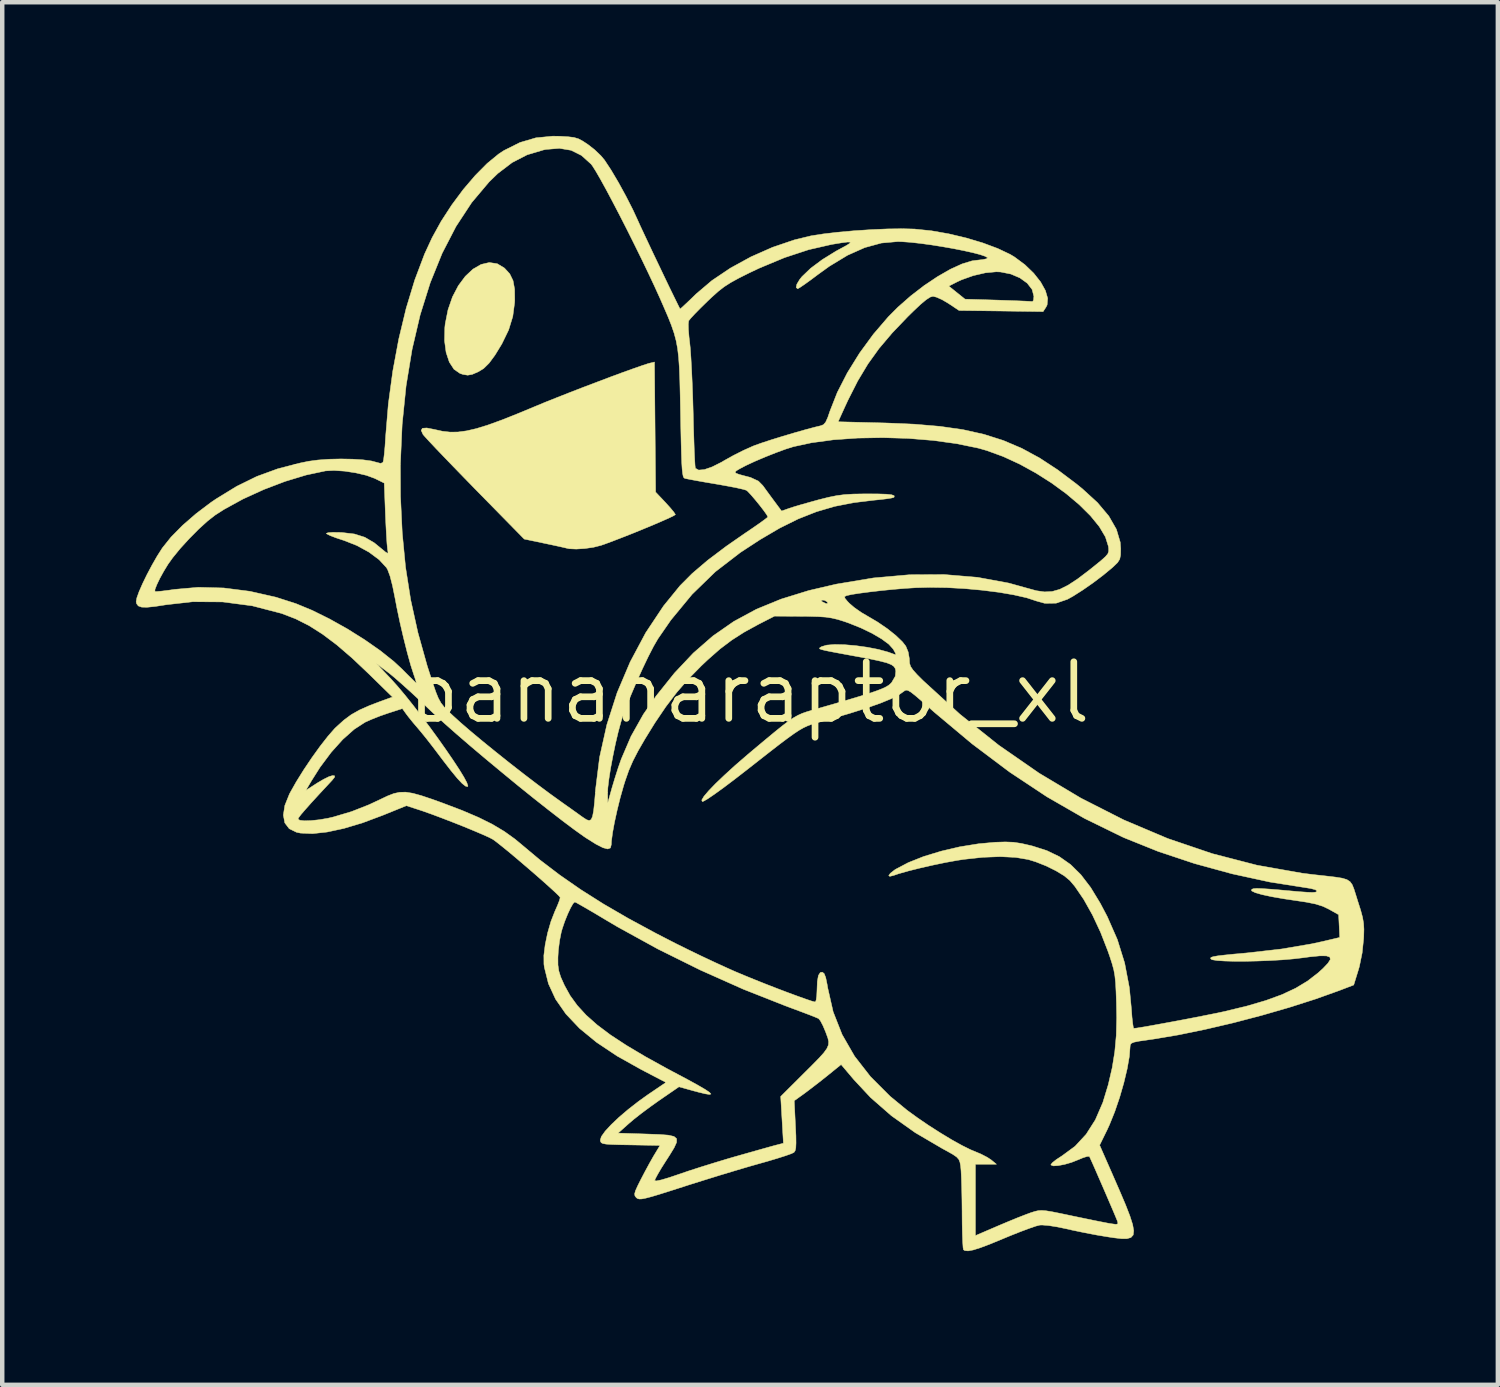
<source format=kicad_pcb>
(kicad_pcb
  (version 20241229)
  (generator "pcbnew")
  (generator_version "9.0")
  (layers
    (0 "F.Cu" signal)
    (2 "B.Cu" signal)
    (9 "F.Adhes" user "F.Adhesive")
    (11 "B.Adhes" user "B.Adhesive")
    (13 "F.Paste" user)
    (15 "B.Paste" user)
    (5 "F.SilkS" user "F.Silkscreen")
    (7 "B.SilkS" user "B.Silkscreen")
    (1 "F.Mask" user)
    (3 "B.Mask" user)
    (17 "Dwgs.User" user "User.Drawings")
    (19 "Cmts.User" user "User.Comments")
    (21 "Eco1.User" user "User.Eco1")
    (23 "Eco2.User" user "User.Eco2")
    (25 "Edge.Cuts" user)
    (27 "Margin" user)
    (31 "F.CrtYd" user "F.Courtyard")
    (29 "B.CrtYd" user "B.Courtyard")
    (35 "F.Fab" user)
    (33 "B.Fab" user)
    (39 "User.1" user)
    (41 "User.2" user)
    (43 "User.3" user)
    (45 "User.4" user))
  (footprint "bananaraptor_xl"
    (layer "F.Cu")
    (at 13.755 12.488)
    (property "Reference" "bananaraptor_xl" (at 0 0 0) (layer "F.SilkS") (effects (font (size 1.27 1.27) (thickness 0.15))))
    (attr through_hole)
    (fp_poly (pts (xy -5.648 -9.621) (xy -5.486 -9.523) (xy -5.368 -9.394) (xy -5.294 -9.242) (xy -5.259 -9.051) (xy -5.256 -8.8) (xy -5.259 -8.747) (xy -5.3 -8.437) (xy -5.393 -8.135) (xy -5.545 -7.822) (xy -5.699 -7.57) (xy -5.832 -7.39) (xy -5.954 -7.27) (xy -6.068 -7.2) (xy -6.207 -7.139) (xy -6.311 -7.12) (xy -6.416 -7.137) (xy -6.485 -7.16) (xy -6.619 -7.253) (xy -6.724 -7.414) (xy -6.796 -7.631) (xy -6.831 -7.893) (xy -6.825 -8.187) (xy -6.816 -8.271) (xy -6.753 -8.588) (xy -6.653 -8.877) (xy -6.521 -9.129) (xy -6.365 -9.339) (xy -6.193 -9.5) (xy -6.011 -9.605) (xy -5.827 -9.648) (xy -5.648 -9.621)) (stroke (width 0.01) (type solid)) (fill yes) (layer "F.SilkS"))
    (fp_poly (pts (xy -2.095 -4.497) (xy -1.873 -4.262) (xy -1.767 -4.145) (xy -1.689 -4.051) (xy -1.653 -3.997) (xy -1.652 -3.992) (xy -1.689 -3.967) (xy -1.792 -3.917) (xy -1.948 -3.848) (xy -2.142 -3.764) (xy -2.362 -3.673) (xy -2.594 -3.578) (xy -2.825 -3.487) (xy -3.042 -3.403) (xy -3.23 -3.333) (xy -3.319 -3.302) (xy -3.488 -3.259) (xy -3.683 -3.231) (xy -3.875 -3.219) (xy -4.031 -3.226) (xy -4.085 -3.237) (xy -4.142 -3.251) (xy -4.262 -3.278) (xy -4.428 -3.314) (xy -4.585 -3.347) (xy -5.043 -3.443) (xy -6.147 -4.568) (xy -6.399 -4.827) (xy -6.635 -5.07) (xy -6.847 -5.29) (xy -7.028 -5.479) (xy -7.171 -5.631) (xy -7.268 -5.737) (xy -7.314 -5.79) (xy -7.314 -5.791) (xy -7.355 -5.881) (xy -7.328 -5.929) (xy -7.23 -5.936) (xy -7.061 -5.903) (xy -7.048 -5.9) (xy -6.876 -5.862) (xy -6.706 -5.843) (xy -6.53 -5.845) (xy -6.336 -5.871) (xy -6.116 -5.922) (xy -5.858 -6.002) (xy -5.554 -6.112) (xy -5.194 -6.255) (xy -4.784 -6.425) (xy -4.565 -6.516) (xy -4.304 -6.62) (xy -4.015 -6.734) (xy -3.71 -6.852) (xy -3.401 -6.969) (xy -3.103 -7.082) (xy -2.827 -7.184) (xy -2.587 -7.27) (xy -2.395 -7.337) (xy -2.264 -7.38) (xy -2.234 -7.388) (xy -2.121 -7.416) (xy -2.095 -4.497)) (stroke (width 0.01) (type solid)) (fill yes) (layer "F.SilkS"))
    (fp_poly (pts (xy -4.247 -12.481) (xy -4.059 -12.47) (xy -3.928 -12.454) (xy -3.827 -12.424) (xy -3.729 -12.372) (xy -3.614 -12.296) (xy -3.464 -12.179) (xy -3.324 -12.045) (xy -3.241 -11.946) (xy -3.093 -11.721) (xy -2.929 -11.444) (xy -2.762 -11.139) (xy -2.607 -10.835) (xy -2.494 -10.591) (xy -2.441 -10.473) (xy -2.36 -10.3) (xy -2.259 -10.085) (xy -2.145 -9.843) (xy -2.023 -9.588) (xy -1.902 -9.334) (xy -1.788 -9.096) (xy -1.687 -8.889) (xy -1.607 -8.726) (xy -1.555 -8.621) (xy -1.547 -8.606) (xy -1.516 -8.63) (xy -1.438 -8.702) (xy -1.322 -8.811) (xy -1.184 -8.945) (xy -0.833 -9.243) (xy -0.417 -9.523) (xy 0.043 -9.775) (xy 0.527 -9.989) (xy 1.015 -10.155) (xy 1.388 -10.246) (xy 1.661 -10.289) (xy 1.993 -10.328) (xy 2.362 -10.361) (xy 2.743 -10.386) (xy 3.113 -10.402) (xy 3.447 -10.406) (xy 3.722 -10.399) (xy 3.725 -10.398) (xy 4.093 -10.36) (xy 4.482 -10.292) (xy 4.873 -10.199) (xy 5.245 -10.088) (xy 5.58 -9.963) (xy 5.859 -9.831) (xy 5.957 -9.772) (xy 6.19 -9.599) (xy 6.387 -9.409) (xy 6.543 -9.212) (xy 6.65 -9.02) (xy 6.701 -8.845) (xy 6.689 -8.697) (xy 6.664 -8.647) (xy 6.599 -8.547) (xy 5.656 -8.56) (xy 4.713 -8.572) (xy 4.474 -8.731) (xy 4.335 -8.813) (xy 4.208 -8.87) (xy 4.128 -8.89) (xy 4.065 -8.872) (xy 3.974 -8.813) (xy 3.848 -8.708) (xy 3.679 -8.548) (xy 3.564 -8.435) (xy 3.213 -8.068) (xy 2.919 -7.721) (xy 2.667 -7.37) (xy 2.44 -6.992) (xy 2.223 -6.564) (xy 2.153 -6.414) (xy 1.999 -6.075) (xy 3.063 -6.048) (xy 3.709 -6.021) (xy 4.285 -5.972) (xy 4.802 -5.898) (xy 5.272 -5.793) (xy 5.707 -5.655) (xy 6.12 -5.479) (xy 6.522 -5.261) (xy 6.925 -4.997) (xy 7.342 -4.683) (xy 7.481 -4.57) (xy 7.819 -4.261) (xy 8.073 -3.959) (xy 8.243 -3.663) (xy 8.329 -3.374) (xy 8.34 -3.229) (xy 8.337 -3.086) (xy 8.318 -2.992) (xy 8.27 -2.916) (xy 8.176 -2.825) (xy 8.139 -2.792) (xy 7.944 -2.631) (xy 7.718 -2.46) (xy 7.485 -2.298) (xy 7.271 -2.162) (xy 7.145 -2.092) (xy 6.892 -2.005) (xy 6.639 -2.001) (xy 6.448 -2.054) (xy 6.23 -2.126) (xy 5.943 -2.191) (xy 5.605 -2.249) (xy 5.23 -2.296) (xy 4.836 -2.332) (xy 4.438 -2.354) (xy 4.054 -2.36) (xy 3.747 -2.352) (xy 3.508 -2.337) (xy 3.244 -2.315) (xy 2.973 -2.288) (xy 2.714 -2.258) (xy 2.484 -2.228) (xy 2.303 -2.2) (xy 2.187 -2.174) (xy 2.187 -2.174) (xy 2.146 -2.153) (xy 2.152 -2.116) (xy 2.21 -2.045) (xy 2.25 -2.003) (xy 2.363 -1.906) (xy 2.517 -1.798) (xy 2.667 -1.71) (xy 2.886 -1.581) (xy 3.101 -1.434) (xy 3.292 -1.282) (xy 3.44 -1.14) (xy 3.518 -1.041) (xy 3.572 -0.909) (xy 3.598 -0.757) (xy 3.598 -0.74) (xy 3.603 -0.657) (xy 3.626 -0.584) (xy 3.679 -0.506) (xy 3.771 -0.403) (xy 3.905 -0.269) (xy 4.734 0.488) (xy 5.604 1.182) (xy 6.51 1.81) (xy 7.448 2.37) (xy 8.411 2.859) (xy 9.394 3.275) (xy 10.392 3.614) (xy 11.4 3.875) (xy 12.413 4.054) (xy 12.661 4.085) (xy 12.944 4.116) (xy 13.156 4.141) (xy 13.308 4.165) (xy 13.414 4.197) (xy 13.486 4.244) (xy 13.535 4.312) (xy 13.574 4.41) (xy 13.616 4.543) (xy 13.655 4.669) (xy 13.723 4.882) (xy 13.766 5.042) (xy 13.789 5.176) (xy 13.797 5.31) (xy 13.793 5.471) (xy 13.79 5.525) (xy 13.757 5.843) (xy 13.694 6.151) (xy 13.669 6.235) (xy 13.568 6.562) (xy 13.244 6.686) (xy 12.713 6.876) (xy 12.125 7.064) (xy 11.502 7.244) (xy 10.865 7.411) (xy 10.235 7.558) (xy 9.633 7.682) (xy 9.08 7.775) (xy 8.934 7.796) (xy 8.752 7.822) (xy 8.639 7.845) (xy 8.579 7.87) (xy 8.555 7.904) (xy 8.551 7.94) (xy 8.534 8.164) (xy 8.485 8.443) (xy 8.41 8.757) (xy 8.316 9.083) (xy 8.207 9.403) (xy 8.09 9.693) (xy 8.037 9.809) (xy 7.867 10.156) (xy 8.151 10.802) (xy 8.318 11.185) (xy 8.451 11.498) (xy 8.547 11.746) (xy 8.608 11.937) (xy 8.632 12.076) (xy 8.62 12.171) (xy 8.569 12.228) (xy 8.481 12.253) (xy 8.355 12.253) (xy 8.19 12.234) (xy 8.056 12.214) (xy 7.803 12.172) (xy 7.516 12.117) (xy 7.242 12.06) (xy 7.139 12.036) (xy 6.918 11.99) (xy 6.723 11.959) (xy 6.576 11.947) (xy 6.525 11.949) (xy 6.435 11.972) (xy 6.284 12.024) (xy 6.089 12.097) (xy 5.867 12.185) (xy 5.71 12.25) (xy 5.42 12.37) (xy 5.196 12.455) (xy 5.031 12.507) (xy 4.916 12.528) (xy 4.842 12.521) (xy 4.812 12.502) (xy 4.803 12.453) (xy 4.795 12.333) (xy 4.788 12.154) (xy 4.783 11.932) (xy 4.781 11.678) (xy 4.781 11.645) (xy 4.778 11.375) (xy 4.773 11.121) (xy 4.766 10.9) (xy 4.758 10.73) (xy 4.749 10.627) (xy 4.749 10.627) (xy 4.733 10.54) (xy 4.708 10.476) (xy 4.659 10.421) (xy 4.572 10.361) (xy 4.431 10.282) (xy 4.339 10.232) (xy 3.73 9.875) (xy 3.196 9.496) (xy 2.729 9.088) (xy 2.352 8.684) (xy 2.067 8.347) (xy 1.743 8.609) (xy 1.575 8.742) (xy 1.404 8.874) (xy 1.26 8.983) (xy 1.216 9.015) (xy 1.015 9.159) (xy 1.042 9.713) (xy 1.053 9.946) (xy 1.055 10.109) (xy 1.05 10.216) (xy 1.035 10.28) (xy 1.01 10.317) (xy 1.007 10.319) (xy 0.946 10.348) (xy 0.819 10.393) (xy 0.64 10.45) (xy 0.423 10.515) (xy 0.249 10.564) (xy -0.001 10.635) (xy -0.308 10.726) (xy -0.65 10.829) (xy -1.001 10.938) (xy -1.34 11.044) (xy -1.451 11.08) (xy -1.763 11.18) (xy -2.004 11.256) (xy -2.184 11.31) (xy -2.314 11.344) (xy -2.404 11.362) (xy -2.462 11.364) (xy -2.5 11.354) (xy -2.527 11.335) (xy -2.528 11.334) (xy -2.559 11.294) (xy -2.566 11.247) (xy -2.546 11.175) (xy -2.493 11.059) (xy -2.431 10.935) (xy -2.334 10.749) (xy -2.231 10.559) (xy -2.142 10.402) (xy -2.131 10.384) (xy -1.997 10.162) (xy -2.66 10.15) (xy -2.91 10.146) (xy -3.088 10.14) (xy -3.207 10.132) (xy -3.278 10.119) (xy -3.316 10.1) (xy -3.332 10.071) (xy -3.337 10.041) (xy -3.312 9.961) (xy -3.227 9.842) (xy -3.091 9.695) (xy -2.915 9.528) (xy -2.708 9.352) (xy -2.481 9.175) (xy -2.276 9.028) (xy -1.863 8.748) (xy -2.412 8.462) (xy -2.957 8.157) (xy -3.419 7.849) (xy -3.802 7.535) (xy -4.108 7.212) (xy -4.34 6.879) (xy -4.5 6.532) (xy -4.591 6.167) (xy -4.601 6.095) (xy -4.602 5.946) (xy -4.287 5.946) (xy -4.286 6.113) (xy -4.267 6.246) (xy -4.225 6.381) (xy -4.149 6.551) (xy -4.142 6.567) (xy -4.014 6.799) (xy -3.853 7.021) (xy -3.653 7.239) (xy -3.406 7.458) (xy -3.107 7.683) (xy -2.748 7.918) (xy -2.324 8.17) (xy -1.828 8.444) (xy -1.704 8.51) (xy -1.391 8.676) (xy -1.152 8.807) (xy -0.984 8.905) (xy -0.886 8.971) (xy -0.854 9.008) (xy -0.888 9.018) (xy -0.984 9.003) (xy -1.14 8.965) (xy -1.263 8.932) (xy -1.571 8.846) (xy -2.008 9.146) (xy -2.206 9.287) (xy -2.407 9.436) (xy -2.583 9.574) (xy -2.691 9.666) (xy -2.937 9.885) (xy -2.284 9.906) (xy -2.007 9.916) (xy -1.809 9.931) (xy -1.683 9.96) (xy -1.624 10.011) (xy -1.625 10.093) (xy -1.68 10.214) (xy -1.783 10.383) (xy -1.86 10.502) (xy -1.964 10.666) (xy -2.047 10.807) (xy -2.101 10.908) (xy -2.117 10.949) (xy -2.079 10.958) (xy -1.967 10.935) (xy -1.788 10.882) (xy -1.588 10.814) (xy -1.359 10.736) (xy -1.077 10.645) (xy -0.771 10.55) (xy -0.47 10.459) (xy -0.329 10.418) (xy -0.079 10.347) (xy 0.157 10.28) (xy 0.36 10.223) (xy 0.513 10.18) (xy 0.587 10.16) (xy 0.772 10.112) (xy 0.711 9.063) (xy 1.2 8.576) (xy 1.411 8.366) (xy 1.569 8.205) (xy 1.679 8.083) (xy 1.748 7.987) (xy 1.782 7.907) (xy 1.787 7.832) (xy 1.769 7.751) (xy 1.733 7.653) (xy 1.72 7.617) (xy 1.66 7.475) (xy 1.603 7.366) (xy 1.561 7.315) (xy 1.503 7.29) (xy 1.381 7.241) (xy 1.207 7.175) (xy 0.998 7.097) (xy 0.826 7.033) (xy -0.129 6.656) (xy -1.095 6.225) (xy -2.044 5.755) (xy -2.946 5.259) (xy -3.21 5.103) (xy -3.424 4.975) (xy -3.613 4.864) (xy -3.764 4.777) (xy -3.867 4.719) (xy -3.909 4.699) (xy -3.948 4.736) (xy -4.004 4.834) (xy -4.069 4.973) (xy -4.134 5.134) (xy -4.189 5.296) (xy -4.212 5.376) (xy -4.25 5.568) (xy -4.278 5.789) (xy -4.287 5.946) (xy -4.602 5.946) (xy -4.603 5.901) (xy -4.573 5.658) (xy -4.518 5.393) (xy -4.443 5.134) (xy -4.358 4.916) (xy -4.296 4.775) (xy -4.252 4.662) (xy -4.236 4.6) (xy -4.236 4.599) (xy -4.267 4.56) (xy -4.353 4.477) (xy -4.482 4.359) (xy -4.643 4.215) (xy -4.826 4.055) (xy -5.019 3.889) (xy -5.211 3.725) (xy -5.391 3.574) (xy -5.55 3.445) (xy -5.674 3.347) (xy -5.744 3.296) (xy -5.827 3.252) (xy -5.974 3.186) (xy -6.169 3.103) (xy -6.396 3.009) (xy -6.641 2.912) (xy -6.887 2.817) (xy -7.119 2.73) (xy -7.322 2.658) (xy -7.41 2.629) (xy -7.687 2.539) (xy -8.214 2.753) (xy -8.669 2.923) (xy -9.089 3.049) (xy -9.466 3.13) (xy -9.793 3.166) (xy -10.062 3.154) (xy -10.153 3.135) (xy -10.316 3.055) (xy -10.415 2.925) (xy -10.431 2.837) (xy -10.118 2.837) (xy -10.079 2.866) (xy -9.975 2.878) (xy -9.824 2.873) (xy -9.642 2.854) (xy -9.448 2.821) (xy -9.331 2.794) (xy -8.92 2.672) (xy -8.526 2.517) (xy -8.276 2.4) (xy -8.11 2.321) (xy -7.969 2.266) (xy -7.839 2.238) (xy -7.702 2.235) (xy -7.545 2.26) (xy -7.352 2.313) (xy -7.107 2.395) (xy -6.874 2.479) (xy -6.437 2.645) (xy -6.069 2.802) (xy -5.757 2.957) (xy -5.489 3.117) (xy -5.251 3.288) (xy -5.122 3.395) (xy -4.692 3.755) (xy -4.247 4.094) (xy -3.776 4.421) (xy -3.266 4.744) (xy -2.706 5.069) (xy -2.084 5.405) (xy -1.651 5.628) (xy -1.368 5.768) (xy -1.06 5.917) (xy -0.753 6.061) (xy -0.475 6.188) (xy -0.318 6.258) (xy -0.109 6.346) (xy 0.129 6.443) (xy 0.382 6.544) (xy 0.637 6.643) (xy 0.882 6.736) (xy 1.102 6.817) (xy 1.285 6.882) (xy 1.416 6.926) (xy 1.484 6.943) (xy 1.485 6.943) (xy 1.506 6.904) (xy 1.52 6.805) (xy 1.525 6.699) (xy 1.533 6.486) (xy 1.557 6.349) (xy 1.599 6.282) (xy 1.646 6.274) (xy 1.687 6.307) (xy 1.721 6.394) (xy 1.753 6.548) (xy 1.766 6.626) (xy 1.888 7.163) (xy 2.089 7.674) (xy 2.368 8.159) (xy 2.727 8.62) (xy 3.166 9.059) (xy 3.547 9.372) (xy 3.778 9.54) (xy 4.033 9.714) (xy 4.298 9.883) (xy 4.553 10.037) (xy 4.784 10.165) (xy 4.972 10.258) (xy 5.042 10.287) (xy 5.202 10.354) (xy 5.347 10.429) (xy 5.432 10.485) (xy 5.552 10.583) (xy 5.08 10.583) (xy 5.08 12.185) (xy 5.599 11.962) (xy 5.815 11.871) (xy 6.024 11.785) (xy 6.204 11.715) (xy 6.331 11.668) (xy 6.336 11.667) (xy 6.418 11.641) (xy 6.49 11.625) (xy 6.568 11.62) (xy 6.666 11.628) (xy 6.8 11.65) (xy 6.985 11.687) (xy 7.238 11.74) (xy 7.246 11.742) (xy 7.492 11.793) (xy 7.723 11.841) (xy 7.92 11.88) (xy 8.064 11.908) (xy 8.118 11.917) (xy 8.229 11.932) (xy 8.275 11.924) (xy 8.274 11.883) (xy 8.26 11.844) (xy 8.229 11.769) (xy 8.174 11.638) (xy 8.1 11.466) (xy 8.015 11.268) (xy 7.925 11.06) (xy 7.837 10.858) (xy 7.758 10.676) (xy 7.693 10.53) (xy 7.65 10.435) (xy 7.637 10.407) (xy 7.592 10.407) (xy 7.494 10.438) (xy 7.393 10.48) (xy 7.239 10.541) (xy 7.081 10.587) (xy 6.937 10.614) (xy 6.829 10.621) (xy 6.776 10.601) (xy 6.773 10.592) (xy 6.807 10.549) (xy 6.895 10.479) (xy 7.019 10.398) (xy 7.021 10.397) (xy 7.316 10.18) (xy 7.564 9.912) (xy 7.771 9.587) (xy 7.94 9.196) (xy 8.061 8.798) (xy 8.149 8.418) (xy 8.207 8.059) (xy 8.24 7.695) (xy 8.25 7.295) (xy 8.244 6.965) (xy 8.235 6.707) (xy 8.225 6.512) (xy 8.209 6.358) (xy 8.185 6.223) (xy 8.148 6.087) (xy 8.096 5.926) (xy 8.049 5.792) (xy 7.888 5.379) (xy 7.706 4.99) (xy 7.511 4.642) (xy 7.313 4.352) (xy 7.201 4.219) (xy 7.074 4.113) (xy 6.888 4) (xy 6.668 3.891) (xy 6.435 3.799) (xy 6.267 3.747) (xy 5.983 3.699) (xy 5.637 3.682) (xy 5.244 3.697) (xy 4.821 3.743) (xy 4.678 3.765) (xy 4.406 3.814) (xy 4.118 3.874) (xy 3.833 3.939) (xy 3.574 4.004) (xy 3.362 4.064) (xy 3.248 4.103) (xy 3.159 4.125) (xy 3.135 4.106) (xy 3.172 4.055) (xy 3.267 3.981) (xy 3.291 3.965) (xy 3.574 3.816) (xy 3.921 3.678) (xy 4.313 3.559) (xy 4.731 3.461) (xy 5.153 3.393) (xy 5.524 3.359) (xy 5.751 3.352) (xy 5.934 3.359) (xy 6.112 3.386) (xy 6.325 3.435) (xy 6.358 3.443) (xy 6.681 3.546) (xy 6.963 3.682) (xy 7.215 3.859) (xy 7.446 4.087) (xy 7.665 4.373) (xy 7.881 4.728) (xy 8.038 5.026) (xy 8.265 5.543) (xy 8.428 6.067) (xy 8.534 6.621) (xy 8.58 7.099) (xy 8.593 7.28) (xy 8.609 7.424) (xy 8.623 7.514) (xy 8.633 7.535) (xy 8.701 7.528) (xy 8.837 7.506) (xy 9.027 7.473) (xy 9.258 7.431) (xy 9.514 7.384) (xy 9.781 7.334) (xy 10.045 7.283) (xy 10.291 7.234) (xy 10.506 7.191) (xy 10.674 7.155) (xy 10.681 7.153) (xy 11.176 7.033) (xy 11.598 6.909) (xy 11.957 6.778) (xy 12.265 6.634) (xy 12.532 6.473) (xy 12.769 6.29) (xy 12.88 6.189) (xy 12.99 6.073) (xy 13.043 5.989) (xy 13.032 5.935) (xy 12.955 5.909) (xy 12.807 5.908) (xy 12.583 5.93) (xy 12.42 5.952) (xy 12.207 5.977) (xy 11.959 5.998) (xy 11.689 6.013) (xy 11.411 6.024) (xy 11.14 6.03) (xy 10.888 6.03) (xy 10.671 6.024) (xy 10.503 6.013) (xy 10.396 5.996) (xy 10.369 5.983) (xy 10.355 5.961) (xy 10.368 5.942) (xy 10.417 5.926) (xy 10.512 5.909) (xy 10.663 5.891) (xy 10.878 5.869) (xy 11.167 5.843) (xy 11.197 5.84) (xy 11.943 5.755) (xy 12.625 5.639) (xy 12.882 5.583) (xy 13.254 5.495) (xy 13.242 5.24) (xy 13.229 4.984) (xy 13.014 4.863) (xy 12.877 4.797) (xy 12.716 4.746) (xy 12.51 4.704) (xy 12.337 4.678) (xy 12.007 4.629) (xy 11.73 4.581) (xy 11.512 4.534) (xy 11.36 4.491) (xy 11.281 4.452) (xy 11.272 4.432) (xy 11.287 4.412) (xy 11.324 4.4) (xy 11.393 4.395) (xy 11.507 4.399) (xy 11.675 4.41) (xy 11.909 4.429) (xy 12.107 4.447) (xy 12.354 4.469) (xy 12.528 4.481) (xy 12.642 4.485) (xy 12.707 4.48) (xy 12.737 4.466) (xy 12.742 4.449) (xy 12.704 4.423) (xy 12.606 4.397) (xy 12.52 4.383) (xy 11.687 4.252) (xy 10.837 4.067) (xy 9.993 3.836) (xy 9.18 3.565) (xy 8.422 3.26) (xy 8.382 3.242) (xy 7.529 2.825) (xy 6.686 2.34) (xy 5.847 1.784) (xy 5.005 1.151) (xy 4.156 0.44) (xy 4.052 0.348) (xy 3.863 0.181) (xy 3.726 0.064) (xy 3.631 -0.01) (xy 3.567 -0.047) (xy 3.523 -0.054) (xy 3.49 -0.039) (xy 3.481 -0.032) (xy 3.362 0.052) (xy 3.184 0.142) (xy 2.945 0.24) (xy 2.638 0.348) (xy 2.259 0.468) (xy 1.804 0.601) (xy 1.615 0.654) (xy 1.5 0.686) (xy 1.402 0.715) (xy 1.313 0.748) (xy 1.223 0.79) (xy 1.125 0.846) (xy 1.01 0.922) (xy 0.868 1.024) (xy 0.692 1.156) (xy 0.473 1.326) (xy 0.202 1.538) (xy -0.04 1.728) (xy -0.329 1.952) (xy -0.577 2.139) (xy -0.778 2.284) (xy -0.928 2.386) (xy -1.021 2.439) (xy -1.049 2.446) (xy -1.06 2.412) (xy -1.011 2.33) (xy -0.906 2.206) (xy -0.751 2.045) (xy -0.551 1.854) (xy -0.312 1.636) (xy -0.038 1.399) (xy 0.085 1.295) (xy 0.355 1.069) (xy 0.572 0.889) (xy 0.743 0.751) (xy 0.881 0.646) (xy 0.995 0.569) (xy 1.096 0.512) (xy 1.193 0.468) (xy 1.299 0.431) (xy 1.421 0.395) (xy 1.495 0.374) (xy 1.902 0.257) (xy 2.236 0.16) (xy 2.505 0.079) (xy 2.716 0.013) (xy 2.877 -0.043) (xy 2.997 -0.09) (xy 3.084 -0.132) (xy 3.145 -0.171) (xy 3.188 -0.211) (xy 3.2 -0.224) (xy 3.282 -0.365) (xy 3.294 -0.481) (xy 3.282 -0.537) (xy 3.252 -0.584) (xy 3.195 -0.625) (xy 3.1 -0.663) (xy 2.956 -0.702) (xy 2.754 -0.746) (xy 2.483 -0.798) (xy 2.328 -0.826) (xy 2.052 -0.877) (xy 1.85 -0.915) (xy 1.711 -0.943) (xy 1.626 -0.964) (xy 1.586 -0.98) (xy 1.581 -0.996) (xy 1.601 -1.013) (xy 1.63 -1.03) (xy 1.745 -1.064) (xy 1.922 -1.078) (xy 2.145 -1.073) (xy 2.394 -1.052) (xy 2.652 -1.016) (xy 2.9 -0.968) (xy 3.12 -0.908) (xy 3.236 -0.866) (xy 3.287 -0.848) (xy 3.295 -0.864) (xy 3.26 -0.931) (xy 3.235 -0.975) (xy 3.139 -1.082) (xy 2.977 -1.202) (xy 2.763 -1.328) (xy 2.512 -1.449) (xy 2.238 -1.559) (xy 2.138 -1.594) (xy 1.991 -1.64) (xy 1.859 -1.671) (xy 1.721 -1.692) (xy 1.554 -1.703) (xy 1.337 -1.709) (xy 1.185 -1.71) (xy 0.572 -1.714) (xy 0.216 -1.532) (xy -0.106 -1.356) (xy -0.386 -1.177) (xy -0.651 -0.977) (xy -0.926 -0.735) (xy -1.074 -0.595) (xy -1.361 -0.302) (xy -1.619 -0.005) (xy -1.865 0.317) (xy -2.112 0.682) (xy -2.336 1.045) (xy -2.489 1.31) (xy -2.605 1.535) (xy -2.697 1.748) (xy -2.778 1.979) (xy -2.813 2.09) (xy -2.889 2.359) (xy -2.958 2.638) (xy -3.017 2.906) (xy -3.061 3.145) (xy -3.086 3.334) (xy -3.09 3.413) (xy -3.109 3.487) (xy -3.17 3.51) (xy -3.276 3.482) (xy -3.435 3.401) (xy -3.65 3.266) (xy -3.707 3.228) (xy -3.918 3.077) (xy -4.182 2.879) (xy -4.487 2.643) (xy -4.823 2.378) (xy -5.177 2.093) (xy -5.538 1.796) (xy -5.897 1.498) (xy -6.242 1.207) (xy -6.561 0.932) (xy -6.844 0.682) (xy -7.08 0.467) (xy -7.157 0.394) (xy -7.371 0.191) (xy -7.583 -0.006) (xy -7.781 -0.184) (xy -7.948 -0.331) (xy -8.072 -0.433) (xy -8.086 -0.443) (xy -8.361 -0.652) (xy -8.033 -0.306) (xy -7.887 -0.143) (xy -7.719 0.057) (xy -7.538 0.283) (xy -7.348 0.529) (xy -7.157 0.784) (xy -6.971 1.04) (xy -6.796 1.288) (xy -6.638 1.519) (xy -6.503 1.724) (xy -6.399 1.894) (xy -6.331 2.021) (xy -6.306 2.096) (xy -6.313 2.111) (xy -6.361 2.1) (xy -6.437 2.039) (xy -6.545 1.924) (xy -6.688 1.75) (xy -6.873 1.511) (xy -6.955 1.402) (xy -7.093 1.22) (xy -7.233 1.04) (xy -7.357 0.887) (xy -7.425 0.806) (xy -7.536 0.676) (xy -7.637 0.551) (xy -7.688 0.484) (xy -7.777 0.36) (xy -8.09 0.461) (xy -8.278 0.526) (xy -8.467 0.601) (xy -8.613 0.666) (xy -8.857 0.824) (xy -9.114 1.052) (xy -9.373 1.34) (xy -9.624 1.676) (xy -9.814 1.976) (xy -9.943 2.196) (xy -9.685 2.029) (xy -9.545 1.947) (xy -9.423 1.887) (xy -9.343 1.863) (xy -9.341 1.863) (xy -9.296 1.87) (xy -9.299 1.9) (xy -9.353 1.968) (xy -9.402 2.021) (xy -9.642 2.279) (xy -9.827 2.481) (xy -9.962 2.633) (xy -10.053 2.739) (xy -10.103 2.806) (xy -10.118 2.837) (xy -10.431 2.837) (xy -10.448 2.75) (xy -10.414 2.533) (xy -10.313 2.281) (xy -10.296 2.248) (xy -10.158 2.003) (xy -9.991 1.735) (xy -9.809 1.464) (xy -9.624 1.207) (xy -9.449 0.983) (xy -9.298 0.81) (xy -9.264 0.777) (xy -9.092 0.621) (xy -8.925 0.497) (xy -8.739 0.392) (xy -8.511 0.291) (xy -8.307 0.213) (xy -7.999 0.101) (xy -8.519 -0.408) (xy -8.9 -0.769) (xy -9.245 -1.066) (xy -9.565 -1.307) (xy -9.87 -1.501) (xy -10.171 -1.653) (xy -10.48 -1.772) (xy -10.496 -1.777) (xy -11.148 -1.946) (xy -11.812 -2.033) (xy -12.481 -2.037) (xy -13.067 -1.971) (xy -13.321 -1.932) (xy -13.504 -1.913) (xy -13.627 -1.916) (xy -13.702 -1.943) (xy -13.74 -1.993) (xy -13.75 -2.038) (xy -13.735 -2.123) (xy -13.685 -2.263) (xy -13.683 -2.267) (xy -13.33 -2.267) (xy -13.284 -2.266) (xy -13.172 -2.276) (xy -13.014 -2.296) (xy -12.89 -2.314) (xy -12.356 -2.361) (xy -11.786 -2.346) (xy -11.199 -2.271) (xy -10.615 -2.139) (xy -10.166 -1.995) (xy -9.801 -1.844) (xy -9.411 -1.651) (xy -9.014 -1.429) (xy -8.629 -1.188) (xy -8.275 -0.941) (xy -7.97 -0.698) (xy -7.79 -0.531) (xy -7.66 -0.4) (xy -7.554 -0.296) (xy -7.485 -0.229) (xy -7.464 -0.212) (xy -7.471 -0.247) (xy -7.499 -0.337) (xy -7.518 -0.392) (xy -7.59 -0.615) (xy -7.669 -0.901) (xy -7.751 -1.227) (xy -7.831 -1.571) (xy -7.903 -1.913) (xy -7.936 -2.089) (xy -7.997 -2.391) (xy -8.054 -2.613) (xy -8.108 -2.758) (xy -8.134 -2.803) (xy -8.298 -2.98) (xy -8.525 -3.149) (xy -8.795 -3.297) (xy -9.086 -3.412) (xy -9.109 -3.419) (xy -9.272 -3.473) (xy -9.399 -3.522) (xy -9.472 -3.559) (xy -9.483 -3.571) (xy -9.444 -3.586) (xy -9.34 -3.594) (xy -9.191 -3.592) (xy -9.133 -3.59) (xy -8.852 -3.557) (xy -8.621 -3.484) (xy -8.408 -3.359) (xy -8.245 -3.226) (xy -8.148 -3.146) (xy -8.1 -3.124) (xy -8.099 -3.147) (xy -8.11 -3.213) (xy -8.123 -3.349) (xy -8.135 -3.538) (xy -8.147 -3.765) (xy -8.156 -3.962) (xy -8.184 -4.699) (xy -8.399 -4.805) (xy -8.584 -4.873) (xy -8.819 -4.928) (xy -9.072 -4.967) (xy -9.312 -4.983) (xy -9.501 -4.973) (xy -9.937 -4.88) (xy -10.408 -4.737) (xy -10.888 -4.554) (xy -11.353 -4.342) (xy -11.776 -4.11) (xy -11.976 -3.982) (xy -12.148 -3.848) (xy -12.349 -3.665) (xy -12.559 -3.453) (xy -12.761 -3.232) (xy -12.933 -3.021) (xy -13.035 -2.878) (xy -13.132 -2.719) (xy -13.219 -2.561) (xy -13.286 -2.421) (xy -13.327 -2.317) (xy -13.33 -2.267) (xy -13.683 -2.267) (xy -13.606 -2.444) (xy -13.507 -2.647) (xy -13.395 -2.858) (xy -13.28 -3.059) (xy -13.168 -3.235) (xy -13.162 -3.244) (xy -12.967 -3.488) (xy -12.71 -3.749) (xy -12.406 -4.013) (xy -12.071 -4.266) (xy -11.959 -4.342) (xy -11.496 -4.626) (xy -11.044 -4.848) (xy -10.576 -5.019) (xy -10.215 -5.113) (xy -7.822 -5.113) (xy -7.819 -4.403) (xy -7.78 -3.58) (xy -7.706 -2.813) (xy -7.59 -2.076) (xy -7.429 -1.346) (xy -7.22 -0.599) (xy -7.095 -0.212) (xy -7.027 -0.014) (xy -6.97 0.127) (xy -6.91 0.235) (xy -6.832 0.334) (xy -6.72 0.446) (xy -6.642 0.52) (xy -6.469 0.677) (xy -6.241 0.873) (xy -5.971 1.098) (xy -5.673 1.34) (xy -5.362 1.588) (xy -5.049 1.832) (xy -4.749 2.061) (xy -4.475 2.265) (xy -4.36 2.348) (xy -4.168 2.486) (xy -3.991 2.611) (xy -3.847 2.714) (xy -3.75 2.784) (xy -3.725 2.801) (xy -3.646 2.853) (xy -3.587 2.873) (xy -3.543 2.852) (xy -3.511 2.782) (xy -3.486 2.653) (xy -3.465 2.458) (xy -3.448 2.249) (xy -3.172 2.249) (xy -3.169 2.477) (xy -3.074 2.138) (xy -3.01 1.925) (xy -2.936 1.693) (xy -2.867 1.495) (xy -2.647 0.982) (xy -2.37 0.489) (xy -2.09 0.085) (xy -1.673 -0.436) (xy -1.25 -0.885) (xy -0.81 -1.269) (xy -0.341 -1.595) (xy 0.166 -1.869) (xy 0.649 -2.067) (xy 1.612 -2.067) (xy 1.642 -2.038) (xy 1.651 -2.032) (xy 1.729 -1.995) (xy 1.766 -2.001) (xy 1.757 -2.032) (xy 1.696 -2.069) (xy 1.659 -2.074) (xy 1.612 -2.067) (xy 0.649 -2.067) (xy 0.723 -2.097) (xy 1.34 -2.288) (xy 1.958 -2.432) (xy 2.792 -2.571) (xy 3.602 -2.643) (xy 4.382 -2.647) (xy 5.126 -2.585) (xy 5.827 -2.456) (xy 6.241 -2.341) (xy 6.449 -2.284) (xy 6.632 -2.258) (xy 6.802 -2.267) (xy 6.974 -2.316) (xy 7.16 -2.409) (xy 7.375 -2.55) (xy 7.632 -2.745) (xy 7.746 -2.836) (xy 7.898 -2.96) (xy 7.996 -3.047) (xy 8.05 -3.111) (xy 8.07 -3.168) (xy 8.069 -3.234) (xy 8.063 -3.281) (xy 7.997 -3.491) (xy 7.86 -3.722) (xy 7.662 -3.965) (xy 7.411 -4.214) (xy 7.118 -4.461) (xy 6.791 -4.7) (xy 6.44 -4.923) (xy 6.075 -5.124) (xy 5.704 -5.295) (xy 5.337 -5.429) (xy 5.148 -5.483) (xy 4.664 -5.583) (xy 4.133 -5.656) (xy 3.572 -5.702) (xy 3 -5.719) (xy 2.436 -5.709) (xy 1.897 -5.671) (xy 1.402 -5.604) (xy 0.995 -5.516) (xy 0.821 -5.461) (xy 0.603 -5.381) (xy 0.364 -5.286) (xy 0.131 -5.187) (xy -0.071 -5.093) (xy -0.208 -5.021) (xy -0.28 -4.978) (xy -0.312 -4.948) (xy -0.295 -4.922) (xy -0.22 -4.893) (xy -0.078 -4.855) (xy 0.031 -4.827) (xy 0.211 -4.744) (xy 0.309 -4.645) (xy 0.389 -4.535) (xy 0.493 -4.393) (xy 0.569 -4.29) (xy 0.731 -4.072) (xy 0.905 -4.134) (xy 1.017 -4.17) (xy 1.186 -4.22) (xy 1.389 -4.277) (xy 1.566 -4.326) (xy 1.786 -4.381) (xy 1.969 -4.418) (xy 2.145 -4.441) (xy 2.342 -4.453) (xy 2.59 -4.457) (xy 2.635 -4.457) (xy 2.898 -4.456) (xy 3.084 -4.45) (xy 3.2 -4.437) (xy 3.256 -4.417) (xy 3.258 -4.389) (xy 3.249 -4.378) (xy 3.199 -4.364) (xy 3.084 -4.346) (xy 2.923 -4.327) (xy 2.808 -4.316) (xy 2.347 -4.26) (xy 1.919 -4.176) (xy 1.511 -4.056) (xy 1.106 -3.896) (xy 0.69 -3.69) (xy 0.247 -3.43) (xy -0.191 -3.144) (xy -0.755 -2.71) (xy -1.276 -2.204) (xy -1.753 -1.626) (xy -2.043 -1.206) (xy -2.141 -1.037) (xy -2.259 -0.808) (xy -2.388 -0.538) (xy -2.519 -0.247) (xy -2.644 0.046) (xy -2.754 0.32) (xy -2.84 0.556) (xy -2.873 0.659) (xy -2.935 0.888) (xy -2.997 1.151) (xy -3.054 1.428) (xy -3.105 1.698) (xy -3.143 1.942) (xy -3.167 2.139) (xy -3.172 2.249) (xy -3.448 2.249) (xy -3.444 2.188) (xy -3.443 2.179) (xy -3.352 1.45) (xy -3.189 0.72) (xy -2.959 0.004) (xy -2.666 -0.687) (xy -2.318 -1.34) (xy -1.917 -1.943) (xy -1.546 -2.399) (xy -1.277 -2.669) (xy -0.93 -2.965) (xy -0.507 -3.284) (xy -0.096 -3.569) (xy 0.087 -3.693) (xy 0.241 -3.8) (xy 0.355 -3.883) (xy 0.416 -3.931) (xy 0.423 -3.94) (xy 0.398 -3.989) (xy 0.332 -4.082) (xy 0.241 -4.2) (xy 0.14 -4.324) (xy 0.045 -4.435) (xy -0.029 -4.514) (xy -0.059 -4.538) (xy -0.124 -4.558) (xy -0.255 -4.588) (xy -0.436 -4.624) (xy -0.651 -4.663) (xy -0.75 -4.68) (xy -0.975 -4.718) (xy -1.173 -4.753) (xy -1.328 -4.782) (xy -1.424 -4.801) (xy -1.442 -4.806) (xy -1.461 -4.819) (xy -1.477 -4.853) (xy -1.489 -4.915) (xy -1.5 -5.013) (xy -1.509 -5.155) (xy -1.516 -5.351) (xy -1.523 -5.608) (xy -1.53 -5.935) (xy -1.536 -6.255) (xy -1.544 -6.666) (xy -1.552 -7.005) (xy -1.563 -7.284) (xy -1.579 -7.517) (xy -1.602 -7.716) (xy -1.635 -7.893) (xy -1.68 -8.062) (xy -1.739 -8.234) (xy -1.754 -8.273) (xy -1.362 -8.273) (xy -1.359 -8.143) (xy -1.345 -7.974) (xy -1.333 -7.874) (xy -1.317 -7.723) (xy -1.302 -7.503) (xy -1.287 -7.231) (xy -1.273 -6.921) (xy -1.261 -6.591) (xy -1.252 -6.27) (xy -1.245 -5.959) (xy -1.236 -5.675) (xy -1.228 -5.43) (xy -1.219 -5.234) (xy -1.211 -5.099) (xy -1.204 -5.035) (xy -1.203 -5.032) (xy -1.13 -4.991) (xy -1.002 -5.002) (xy -0.826 -5.063) (xy -0.613 -5.17) (xy -0.553 -5.206) (xy -0.35 -5.319) (xy -0.126 -5.432) (xy 0.079 -5.524) (xy 0.123 -5.542) (xy 0.286 -5.6) (xy 0.506 -5.672) (xy 0.759 -5.75) (xy 1.021 -5.828) (xy 1.27 -5.899) (xy 1.481 -5.955) (xy 1.61 -5.986) (xy 1.671 -6.01) (xy 1.72 -6.066) (xy 1.767 -6.17) (xy 1.816 -6.314) (xy 1.981 -6.733) (xy 2.206 -7.173) (xy 2.481 -7.616) (xy 2.792 -8.041) (xy 3.126 -8.43) (xy 3.341 -8.646) (xy 3.629 -8.899) (xy 3.915 -9.119) (xy 4.483 -9.119) (xy 4.847 -8.826) (xy 5.588 -8.804) (xy 5.831 -8.796) (xy 6.044 -8.788) (xy 6.212 -8.781) (xy 6.323 -8.775) (xy 6.361 -8.772) (xy 6.383 -8.802) (xy 6.392 -8.887) (xy 6.392 -8.889) (xy 6.352 -9.043) (xy 6.243 -9.184) (xy 6.078 -9.303) (xy 5.874 -9.39) (xy 5.644 -9.436) (xy 5.547 -9.44) (xy 5.304 -9.417) (xy 5.032 -9.354) (xy 4.771 -9.261) (xy 4.675 -9.217) (xy 4.483 -9.119) (xy 3.915 -9.119) (xy 3.929 -9.13) (xy 4.229 -9.331) (xy 4.516 -9.496) (xy 4.779 -9.616) (xy 5.004 -9.685) (xy 5.111 -9.699) (xy 5.243 -9.714) (xy 5.334 -9.733) (xy 5.353 -9.756) (xy 5.3 -9.787) (xy 5.186 -9.826) (xy 5.022 -9.869) (xy 4.819 -9.914) (xy 4.589 -9.96) (xy 4.344 -10.003) (xy 4.094 -10.043) (xy 3.852 -10.076) (xy 3.628 -10.101) (xy 3.434 -10.115) (xy 3.337 -10.118) (xy 2.97 -10.085) (xy 2.597 -9.983) (xy 2.211 -9.811) (xy 1.805 -9.565) (xy 1.547 -9.379) (xy 1.384 -9.257) (xy 1.245 -9.157) (xy 1.143 -9.088) (xy 1.094 -9.06) (xy 1.092 -9.059) (xy 1.058 -9.088) (xy 1.074 -9.162) (xy 1.137 -9.267) (xy 1.189 -9.332) (xy 1.383 -9.518) (xy 1.643 -9.712) (xy 1.95 -9.902) (xy 2.051 -9.957) (xy 2.188 -10.031) (xy 2.263 -10.08) (xy 2.273 -10.105) (xy 2.214 -10.108) (xy 2.08 -10.091) (xy 1.867 -10.056) (xy 1.841 -10.051) (xy 1.339 -9.936) (xy 0.798 -9.758) (xy 0.231 -9.522) (xy 0.007 -9.416) (xy -0.229 -9.298) (xy -0.409 -9.199) (xy -0.556 -9.105) (xy -0.691 -9) (xy -0.837 -8.869) (xy -0.939 -8.772) (xy -1.088 -8.626) (xy -1.215 -8.497) (xy -1.307 -8.398) (xy -1.352 -8.342) (xy -1.353 -8.341) (xy -1.362 -8.273) (xy -1.754 -8.273) (xy -1.814 -8.424) (xy -1.908 -8.642) (xy -1.998 -8.848) (xy -2.118 -9.112) (xy -2.257 -9.408) (xy -2.41 -9.726) (xy -2.572 -10.055) (xy -2.737 -10.386) (xy -2.901 -10.707) (xy -3.058 -11.008) (xy -3.203 -11.281) (xy -3.331 -11.513) (xy -3.436 -11.695) (xy -3.513 -11.817) (xy -3.543 -11.856) (xy -3.758 -12.05) (xy -3.991 -12.166) (xy -4.254 -12.21) (xy -4.557 -12.185) (xy -4.611 -12.174) (xy -4.977 -12.065) (xy -5.314 -11.891) (xy -5.636 -11.646) (xy -5.831 -11.457) (xy -6.222 -10.993) (xy -6.573 -10.458) (xy -6.884 -9.857) (xy -7.152 -9.194) (xy -7.378 -8.473) (xy -7.559 -7.7) (xy -7.694 -6.879) (xy -7.782 -6.015) (xy -7.822 -5.113) (xy -10.215 -5.113) (xy -10.065 -5.151) (xy -9.879 -5.189) (xy -9.67 -5.217) (xy -9.422 -5.235) (xy -9.157 -5.241) (xy -8.895 -5.236) (xy -8.659 -5.221) (xy -8.469 -5.195) (xy -8.364 -5.167) (xy -8.265 -5.141) (xy -8.214 -5.163) (xy -8.212 -5.166) (xy -8.198 -5.225) (xy -8.183 -5.35) (xy -8.167 -5.523) (xy -8.154 -5.725) (xy -8.154 -5.729) (xy -8.092 -6.474) (xy -7.992 -7.213) (xy -7.858 -7.932) (xy -7.693 -8.618) (xy -7.499 -9.257) (xy -7.28 -9.837) (xy -7.11 -10.205) (xy -6.906 -10.575) (xy -6.668 -10.941) (xy -6.41 -11.288) (xy -6.141 -11.603) (xy -5.874 -11.872) (xy -5.618 -12.082) (xy -5.498 -12.161) (xy -5.138 -12.341) (xy -4.781 -12.446) (xy -4.403 -12.483) (xy -4.247 -12.481)) (stroke (width 0.01) (type solid)) (fill yes) (layer "F.SilkS")))
  (gr_rect
    (start -3 -3)
    (end 30.557 28.021)
    (stroke (width 0.1) (type default))
    (fill no)
    (layer "Edge.Cuts")))
</source>
